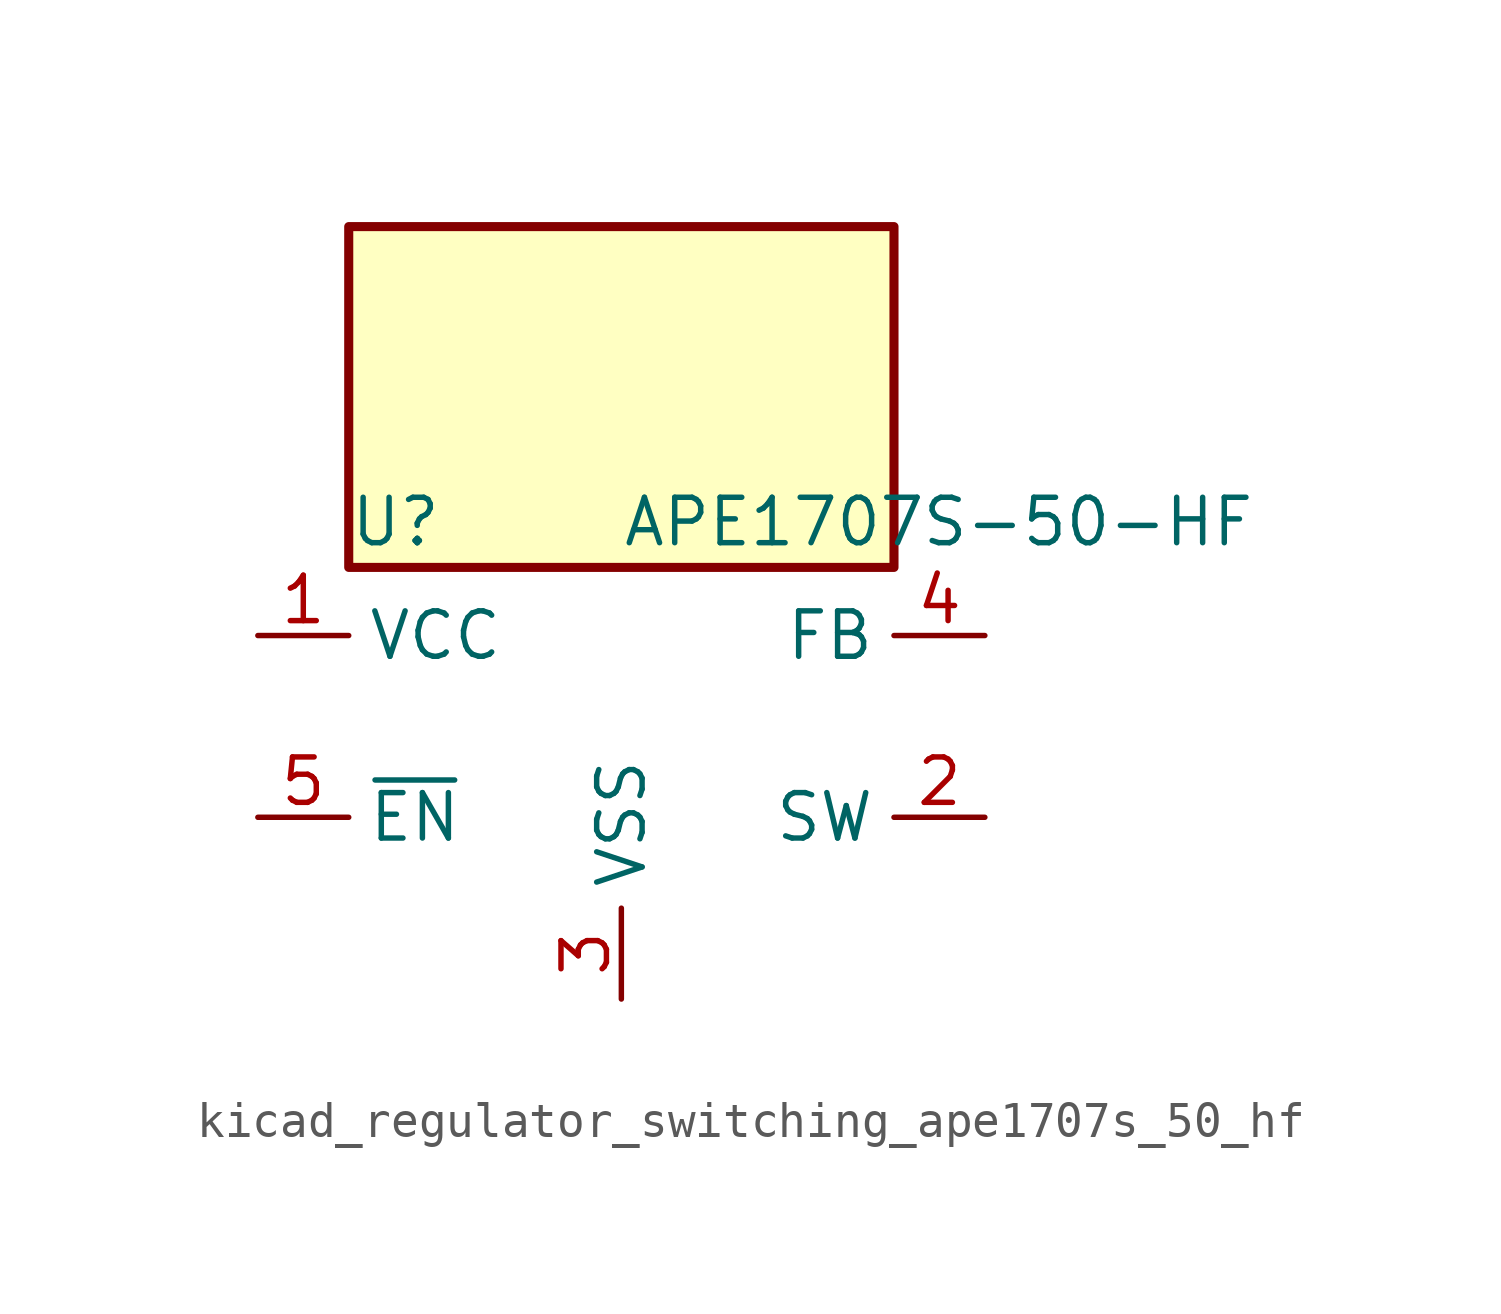
<source format=kicad_sym>
(kicad_symbol_lib
  (version 20220914)
  (generator kicad_symbol_editor)
  (symbol "kicad_regulator_switching_ape1707s_50_hf"
    (property "Reference" "U"
      (at -7.62 5.715 0)
      (effects (font (size 1.27 1.27)) (justify left)))
    (property "Value" "APE1707S-50-HF"
      (at 0 5.715 0)
      (effects (font (size 1.27 1.27)) (justify left)))
    (symbol "kicad_regulator_switching_ape1707s_50_hf_0_1"
      (rectangle (start 7.62 13.97) (end -7.62 4.445) (stroke (width 0.254) (type default)) (fill (type background))))
    (symbol "kicad_regulator_switching_ape1707s_50_hf_1_1"
      (pin power_in line (at -10.16 2.54 0) (length 2.54) (name "VCC" (effects (font (size 1.27 1.27)))) (number "1" (effects (font (size 1.27 1.27)))))
      (pin output line (at 10.16 -2.54 180) (length 2.54) (name "SW" (effects (font (size 1.27 1.27)))) (number "2" (effects (font (size 1.27 1.27)))))
      (pin power_in line (at 0 -7.62 90) (length 2.54) (name "VSS" (effects (font (size 1.27 1.27)))) (number "3" (effects (font (size 1.27 1.27)))))
      (pin input line (at 10.16 2.54 180) (length 2.54) (name "FB" (effects (font (size 1.27 1.27)))) (number "4" (effects (font (size 1.27 1.27)))))
      (pin input line (at -10.16 -2.54 0) (length 2.54) (name "~{EN}" (effects (font (size 1.27 1.27)))) (number "5" (effects (font (size 1.27 1.27))))))))
</source>
